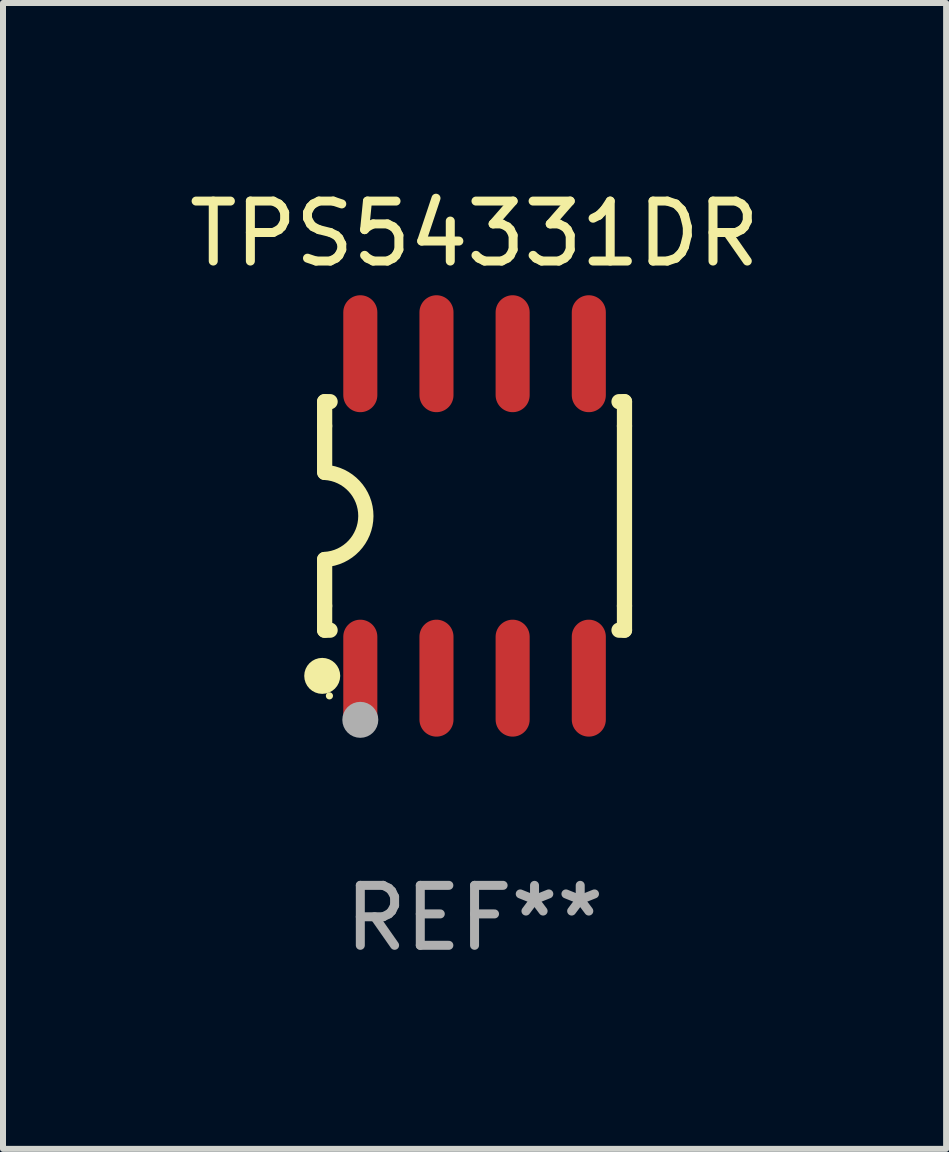
<source format=kicad_pcb>
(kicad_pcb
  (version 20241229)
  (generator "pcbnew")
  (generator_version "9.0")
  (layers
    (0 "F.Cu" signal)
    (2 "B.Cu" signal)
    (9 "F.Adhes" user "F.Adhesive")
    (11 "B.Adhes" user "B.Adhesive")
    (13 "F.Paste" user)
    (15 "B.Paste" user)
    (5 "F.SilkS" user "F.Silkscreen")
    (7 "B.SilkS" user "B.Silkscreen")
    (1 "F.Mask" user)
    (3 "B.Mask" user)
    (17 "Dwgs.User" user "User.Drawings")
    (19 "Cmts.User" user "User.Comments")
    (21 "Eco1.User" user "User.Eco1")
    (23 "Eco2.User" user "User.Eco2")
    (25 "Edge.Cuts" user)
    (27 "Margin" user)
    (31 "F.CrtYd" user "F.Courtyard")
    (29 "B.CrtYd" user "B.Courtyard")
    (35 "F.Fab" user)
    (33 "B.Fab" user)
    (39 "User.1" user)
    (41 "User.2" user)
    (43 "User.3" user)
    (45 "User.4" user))
  (footprint "TPS54331DR"
    (layer "F.Cu")
    (at 4.863 5.553)
    (property "Reference" "TPS54331DR" (at 0 -4.705 0) (layer "F.SilkS") (effects (font (size 1 1) (thickness 0.15))))
    (attr through_hole)
    (fp_line (start -2.5 -1.905) (end -2.409 -1.905) (stroke (width 0.254) (type solid)) (layer "F.SilkS"))
    (fp_line (start -2.5 -1.5) (end -2.5 -1.905) (stroke (width 0.254) (type solid)) (layer "F.SilkS"))
    (fp_line (start -2.5 -1.5) (end -2.5 -0.726) (stroke (width 0.254) (type solid)) (layer "F.SilkS"))
    (fp_line (start -2.5 1.5) (end -2.5 0.727) (stroke (width 0.254) (type solid)) (layer "F.SilkS"))
    (fp_line (start -2.5 1.5) (end -2.5 1.905) (stroke (width 0.254) (type solid)) (layer "F.SilkS"))
    (fp_line (start -2.5 1.905) (end -2.409 1.905) (stroke (width 0.254) (type solid)) (layer "F.SilkS"))
    (fp_line (start 2.5 -1.905) (end 2.409 -1.905) (stroke (width 0.254) (type solid)) (layer "F.SilkS"))
    (fp_line (start 2.5 -1.5) (end 2.5 -1.905) (stroke (width 0.254) (type solid)) (layer "F.SilkS"))
    (fp_line (start 2.5 -1.5) (end 2.5 1.5) (stroke (width 0.254) (type solid)) (layer "F.SilkS"))
    (fp_line (start 2.5 1.5) (end 2.5 1.905) (stroke (width 0.254) (type solid)) (layer "F.SilkS"))
    (fp_line (start 2.5 1.905) (end 2.409 1.905) (stroke (width 0.254) (type solid)) (layer "F.SilkS"))
    (fp_arc (start -2.495098 -0.726289) (mid -1.812145 0.002452) (end -2.499999 0.726568) (stroke (width 0.254) (type solid)) (layer "F.SilkS"))
    (fp_circle (center -2.54 2.667) (end -2.39 2.667) (stroke (width 0.3) (type solid)) (fill no) (layer "F.SilkS"))
    (fp_circle (center -2.42 3) (end -2.39 3) (stroke (width 0.06) (type solid)) (fill no) (layer "F.SilkS"))
    (fp_circle (center -1.905 3.4) (end -1.755 3.4) (stroke (width 0.3) (type solid)) (fill no) (layer "F.Fab"))
    (fp_text user "REF**" (at 0 6.705 0) (layer "F.Fab") (effects (font (size 1 1) (thickness 0.15))))
    (pad "1" smd oval (at -1.905 2.705) (size 0.568 1.95) (layers "F.Cu" "F.Mask" "F.Paste"))
    (pad "2" smd oval (at -0.635 2.705) (size 0.568 1.95) (layers "F.Cu" "F.Mask" "F.Paste"))
    (pad "3" smd oval (at 0.635 2.705) (size 0.568 1.95) (layers "F.Cu" "F.Mask" "F.Paste"))
    (pad "4" smd oval (at 1.905 2.705) (size 0.568 1.95) (layers "F.Cu" "F.Mask" "F.Paste"))
    (pad "5" smd oval (at 1.905 -2.705) (size 0.568 1.95) (layers "F.Cu" "F.Mask" "F.Paste"))
    (pad "6" smd oval (at 0.635 -2.705) (size 0.568 1.95) (layers "F.Cu" "F.Mask" "F.Paste"))
    (pad "7" smd oval (at -0.635 -2.705) (size 0.568 1.95) (layers "F.Cu" "F.Mask" "F.Paste"))
    (pad "8" smd oval (at -1.905 -2.705) (size 0.568 1.95) (layers "F.Cu" "F.Mask" "F.Paste")))
  (gr_rect
    (start -3 -3)
    (end 12.726 16.107)
    (stroke (width 0.1) (type default))
    (fill no)
    (layer "Edge.Cuts")))
</source>
